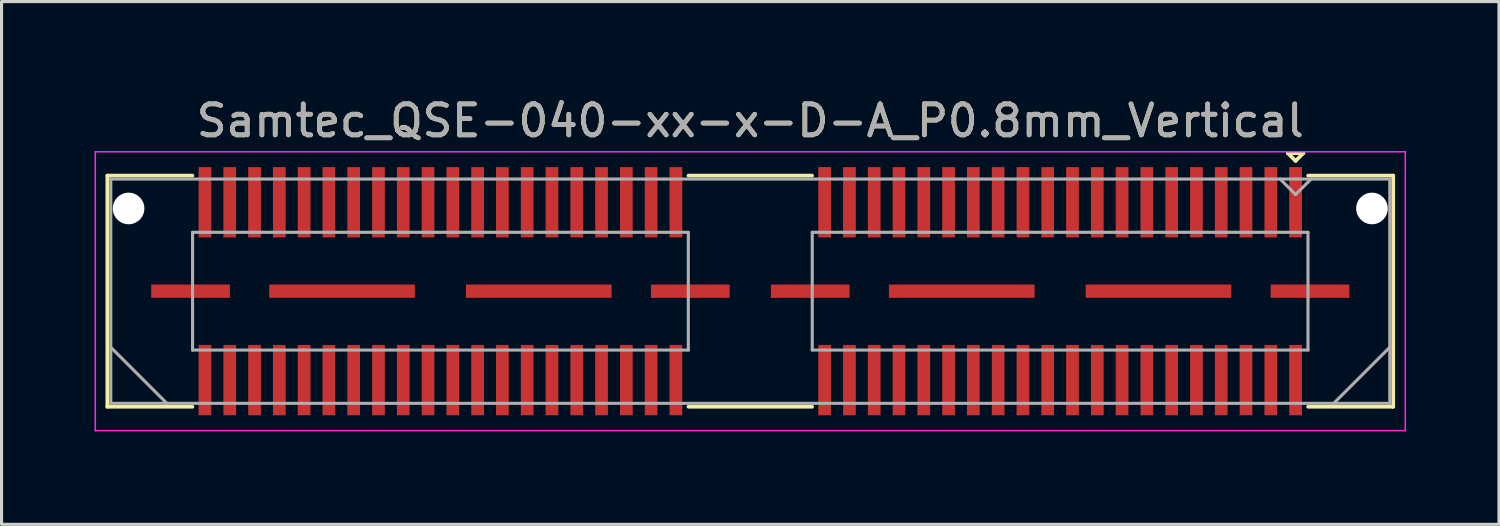
<source format=kicad_pcb>
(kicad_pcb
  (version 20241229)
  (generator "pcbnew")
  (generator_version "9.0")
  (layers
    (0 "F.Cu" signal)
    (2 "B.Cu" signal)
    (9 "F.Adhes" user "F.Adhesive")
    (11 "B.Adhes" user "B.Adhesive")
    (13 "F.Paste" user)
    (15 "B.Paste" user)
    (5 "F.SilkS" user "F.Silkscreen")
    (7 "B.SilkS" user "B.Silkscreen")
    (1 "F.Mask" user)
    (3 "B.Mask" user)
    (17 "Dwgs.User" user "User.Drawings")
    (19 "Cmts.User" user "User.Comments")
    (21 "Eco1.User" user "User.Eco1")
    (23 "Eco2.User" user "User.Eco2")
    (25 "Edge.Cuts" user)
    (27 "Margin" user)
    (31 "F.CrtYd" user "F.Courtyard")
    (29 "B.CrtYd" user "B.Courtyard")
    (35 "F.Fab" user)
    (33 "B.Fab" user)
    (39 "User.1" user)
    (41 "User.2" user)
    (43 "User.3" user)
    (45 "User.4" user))
  (footprint "Samtec_QSE-040-xx-x-D-A_P0.8mm_Vertical"
    (layer "F.Cu")
    (at 21.165 6.348)
    (property "Reference" "Samtec_QSE-040-xx-x-D-A_P0.8mm_Vertical" (at 0 -5.5 0) (layer "F.SilkS") (effects (font (size 1 1) (thickness 0.15))))
    (attr smd)
    (fp_line (start -20.75 -3.73) (end -18.005 -3.73) (stroke (width 0.12) (type solid)) (layer "F.SilkS"))
    (fp_line (start -20.75 3.73) (end -20.75 -3.73) (stroke (width 0.12) (type solid)) (layer "F.SilkS"))
    (fp_line (start -18.005 3.73) (end -20.75 3.73) (stroke (width 0.12) (type solid)) (layer "F.SilkS"))
    (fp_line (start 1.995 -3.73) (end -1.995 -3.73) (stroke (width 0.12) (type solid)) (layer "F.SilkS"))
    (fp_line (start 1.995 3.73) (end -1.995 3.73) (stroke (width 0.12) (type solid)) (layer "F.SilkS"))
    (fp_line (start 17.35 -4.455) (end 17.85 -4.455) (stroke (width 0.12) (type solid)) (layer "F.SilkS"))
    (fp_line (start 17.6 -4.205) (end 17.35 -4.455) (stroke (width 0.12) (type solid)) (layer "F.SilkS"))
    (fp_line (start 17.85 -4.455) (end 17.6 -4.205) (stroke (width 0.12) (type solid)) (layer "F.SilkS"))
    (fp_line (start 18.005 3.73) (end 20.75 3.73) (stroke (width 0.12) (type solid)) (layer "F.SilkS"))
    (fp_line (start 20.75 -3.73) (end 18.005 -3.73) (stroke (width 0.12) (type solid)) (layer "F.SilkS"))
    (fp_line (start 20.75 3.73) (end 20.75 -3.73) (stroke (width 0.12) (type solid)) (layer "F.SilkS"))
    (fp_line (start -21.14 -4.5) (end -21.14 4.5) (stroke (width 0.05) (type solid)) (layer "F.CrtYd"))
    (fp_line (start -21.14 4.5) (end 21.14 4.5) (stroke (width 0.05) (type solid)) (layer "F.CrtYd"))
    (fp_line (start 21.14 -4.5) (end -21.14 -4.5) (stroke (width 0.05) (type solid)) (layer "F.CrtYd"))
    (fp_line (start 21.14 4.5) (end 21.14 -4.5) (stroke (width 0.05) (type solid)) (layer "F.CrtYd"))
    (fp_line (start -20.64 -3.62) (end -20.64 3.62) (stroke (width 0.1) (type solid)) (layer "F.Fab"))
    (fp_line (start -20.64 1.81) (end -18.83 3.62) (stroke (width 0.1) (type solid)) (layer "F.Fab"))
    (fp_line (start -20.64 3.62) (end 20.64 3.62) (stroke (width 0.1) (type solid)) (layer "F.Fab"))
    (fp_line (start -18 -1.9) (end -18 1.9) (stroke (width 0.1) (type solid)) (layer "F.Fab"))
    (fp_line (start -18 1.9) (end -2 1.9) (stroke (width 0.1) (type solid)) (layer "F.Fab"))
    (fp_line (start -2 -1.9) (end -18 -1.9) (stroke (width 0.1) (type solid)) (layer "F.Fab"))
    (fp_line (start -2 1.9) (end -2 -1.9) (stroke (width 0.1) (type solid)) (layer "F.Fab"))
    (fp_line (start 2 -1.9) (end 2 1.9) (stroke (width 0.1) (type solid)) (layer "F.Fab"))
    (fp_line (start 2 1.9) (end 18 1.9) (stroke (width 0.1) (type solid)) (layer "F.Fab"))
    (fp_line (start 17.6 -3.12) (end 17.1 -3.62) (stroke (width 0.1) (type solid)) (layer "F.Fab"))
    (fp_line (start 18 -1.9) (end 2 -1.9) (stroke (width 0.1) (type solid)) (layer "F.Fab"))
    (fp_line (start 18 1.9) (end 18 -1.9) (stroke (width 0.1) (type solid)) (layer "F.Fab"))
    (fp_line (start 18.1 -3.62) (end 17.6 -3.12) (stroke (width 0.1) (type solid)) (layer "F.Fab"))
    (fp_line (start 20.64 -3.62) (end -20.64 -3.62) (stroke (width 0.1) (type solid)) (layer "F.Fab"))
    (fp_line (start 20.64 1.81) (end 18.83 3.62) (stroke (width 0.1) (type solid)) (layer "F.Fab"))
    (fp_line (start 20.64 3.62) (end 20.64 -3.62) (stroke (width 0.1) (type solid)) (layer "F.Fab"))
    (fp_text user "${REFERENCE}" (at 0 -5.5 0) (layer "F.Fab") (effects (font (size 1 1) (thickness 0.15))))
    (pad "" np_thru_hole circle (at -20.065 -2.67) (size 1.02 1.02) (drill 1.02) (layers "*.Cu" "*.Mask"))
    (pad "" np_thru_hole circle (at 20.065 -2.67) (size 1.02 1.02) (drill 1.02) (layers "*.Cu" "*.Mask"))
    (pad "1" smd rect (at 17.6 -2.87) (size 0.41 2.27) (layers "F.Cu" "F.Mask" "F.Paste"))
    (pad "2" smd rect (at 17.6 2.87) (size 0.41 2.27) (layers "F.Cu" "F.Mask" "F.Paste"))
    (pad "3" smd rect (at 16.8 -2.87) (size 0.41 2.27) (layers "F.Cu" "F.Mask" "F.Paste"))
    (pad "4" smd rect (at 16.8 2.87) (size 0.41 2.27) (layers "F.Cu" "F.Mask" "F.Paste"))
    (pad "5" smd rect (at 16 -2.87) (size 0.41 2.27) (layers "F.Cu" "F.Mask" "F.Paste"))
    (pad "6" smd rect (at 16 2.87) (size 0.41 2.27) (layers "F.Cu" "F.Mask" "F.Paste"))
    (pad "7" smd rect (at 15.2 -2.87) (size 0.41 2.27) (layers "F.Cu" "F.Mask" "F.Paste"))
    (pad "8" smd rect (at 15.2 2.87) (size 0.41 2.27) (layers "F.Cu" "F.Mask" "F.Paste"))
    (pad "9" smd rect (at 14.4 -2.87) (size 0.41 2.27) (layers "F.Cu" "F.Mask" "F.Paste"))
    (pad "10" smd rect (at 14.4 2.87) (size 0.41 2.27) (layers "F.Cu" "F.Mask" "F.Paste"))
    (pad "11" smd rect (at 13.6 -2.87) (size 0.41 2.27) (layers "F.Cu" "F.Mask" "F.Paste"))
    (pad "12" smd rect (at 13.6 2.87) (size 0.41 2.27) (layers "F.Cu" "F.Mask" "F.Paste"))
    (pad "13" smd rect (at 12.8 -2.87) (size 0.41 2.27) (layers "F.Cu" "F.Mask" "F.Paste"))
    (pad "14" smd rect (at 12.8 2.87) (size 0.41 2.27) (layers "F.Cu" "F.Mask" "F.Paste"))
    (pad "15" smd rect (at 12 -2.87) (size 0.41 2.27) (layers "F.Cu" "F.Mask" "F.Paste"))
    (pad "16" smd rect (at 12 2.87) (size 0.41 2.27) (layers "F.Cu" "F.Mask" "F.Paste"))
    (pad "17" smd rect (at 11.2 -2.87) (size 0.41 2.27) (layers "F.Cu" "F.Mask" "F.Paste"))
    (pad "18" smd rect (at 11.2 2.87) (size 0.41 2.27) (layers "F.Cu" "F.Mask" "F.Paste"))
    (pad "19" smd rect (at 10.4 -2.87) (size 0.41 2.27) (layers "F.Cu" "F.Mask" "F.Paste"))
    (pad "20" smd rect (at 10.4 2.87) (size 0.41 2.27) (layers "F.Cu" "F.Mask" "F.Paste"))
    (pad "21" smd rect (at 9.6 -2.87) (size 0.41 2.27) (layers "F.Cu" "F.Mask" "F.Paste"))
    (pad "22" smd rect (at 9.6 2.87) (size 0.41 2.27) (layers "F.Cu" "F.Mask" "F.Paste"))
    (pad "23" smd rect (at 8.8 -2.87) (size 0.41 2.27) (layers "F.Cu" "F.Mask" "F.Paste"))
    (pad "24" smd rect (at 8.8 2.87) (size 0.41 2.27) (layers "F.Cu" "F.Mask" "F.Paste"))
    (pad "25" smd rect (at 8 -2.87) (size 0.41 2.27) (layers "F.Cu" "F.Mask" "F.Paste"))
    (pad "26" smd rect (at 8 2.87) (size 0.41 2.27) (layers "F.Cu" "F.Mask" "F.Paste"))
    (pad "27" smd rect (at 7.2 -2.87) (size 0.41 2.27) (layers "F.Cu" "F.Mask" "F.Paste"))
    (pad "28" smd rect (at 7.2 2.87) (size 0.41 2.27) (layers "F.Cu" "F.Mask" "F.Paste"))
    (pad "29" smd rect (at 6.4 -2.87) (size 0.41 2.27) (layers "F.Cu" "F.Mask" "F.Paste"))
    (pad "30" smd rect (at 6.4 2.87) (size 0.41 2.27) (layers "F.Cu" "F.Mask" "F.Paste"))
    (pad "31" smd rect (at 5.6 -2.87) (size 0.41 2.27) (layers "F.Cu" "F.Mask" "F.Paste"))
    (pad "32" smd rect (at 5.6 2.87) (size 0.41 2.27) (layers "F.Cu" "F.Mask" "F.Paste"))
    (pad "33" smd rect (at 4.8 -2.87) (size 0.41 2.27) (layers "F.Cu" "F.Mask" "F.Paste"))
    (pad "34" smd rect (at 4.8 2.87) (size 0.41 2.27) (layers "F.Cu" "F.Mask" "F.Paste"))
    (pad "35" smd rect (at 4 -2.87) (size 0.41 2.27) (layers "F.Cu" "F.Mask" "F.Paste"))
    (pad "36" smd rect (at 4 2.87) (size 0.41 2.27) (layers "F.Cu" "F.Mask" "F.Paste"))
    (pad "37" smd rect (at 3.2 -2.87) (size 0.41 2.27) (layers "F.Cu" "F.Mask" "F.Paste"))
    (pad "38" smd rect (at 3.2 2.87) (size 0.41 2.27) (layers "F.Cu" "F.Mask" "F.Paste"))
    (pad "39" smd rect (at 2.4 -2.87) (size 0.41 2.27) (layers "F.Cu" "F.Mask" "F.Paste"))
    (pad "40" smd rect (at 2.4 2.87) (size 0.41 2.27) (layers "F.Cu" "F.Mask" "F.Paste"))
    (pad "41" smd rect (at -2.4 -2.87) (size 0.41 2.27) (layers "F.Cu" "F.Mask" "F.Paste"))
    (pad "42" smd rect (at -2.4 2.87) (size 0.41 2.27) (layers "F.Cu" "F.Mask" "F.Paste"))
    (pad "43" smd rect (at -3.2 -2.87) (size 0.41 2.27) (layers "F.Cu" "F.Mask" "F.Paste"))
    (pad "44" smd rect (at -3.2 2.87) (size 0.41 2.27) (layers "F.Cu" "F.Mask" "F.Paste"))
    (pad "45" smd rect (at -4 -2.87) (size 0.41 2.27) (layers "F.Cu" "F.Mask" "F.Paste"))
    (pad "46" smd rect (at -4 2.87) (size 0.41 2.27) (layers "F.Cu" "F.Mask" "F.Paste"))
    (pad "47" smd rect (at -4.8 -2.87) (size 0.41 2.27) (layers "F.Cu" "F.Mask" "F.Paste"))
    (pad "48" smd rect (at -4.8 2.87) (size 0.41 2.27) (layers "F.Cu" "F.Mask" "F.Paste"))
    (pad "49" smd rect (at -5.6 -2.87) (size 0.41 2.27) (layers "F.Cu" "F.Mask" "F.Paste"))
    (pad "50" smd rect (at -5.6 2.87) (size 0.41 2.27) (layers "F.Cu" "F.Mask" "F.Paste"))
    (pad "51" smd rect (at -6.4 -2.87) (size 0.41 2.27) (layers "F.Cu" "F.Mask" "F.Paste"))
    (pad "52" smd rect (at -6.4 2.87) (size 0.41 2.27) (layers "F.Cu" "F.Mask" "F.Paste"))
    (pad "53" smd rect (at -7.2 -2.87) (size 0.41 2.27) (layers "F.Cu" "F.Mask" "F.Paste"))
    (pad "54" smd rect (at -7.2 2.87) (size 0.41 2.27) (layers "F.Cu" "F.Mask" "F.Paste"))
    (pad "55" smd rect (at -8 -2.87) (size 0.41 2.27) (layers "F.Cu" "F.Mask" "F.Paste"))
    (pad "56" smd rect (at -8 2.87) (size 0.41 2.27) (layers "F.Cu" "F.Mask" "F.Paste"))
    (pad "57" smd rect (at -8.8 -2.87) (size 0.41 2.27) (layers "F.Cu" "F.Mask" "F.Paste"))
    (pad "58" smd rect (at -8.8 2.87) (size 0.41 2.27) (layers "F.Cu" "F.Mask" "F.Paste"))
    (pad "59" smd rect (at -9.6 -2.87) (size 0.41 2.27) (layers "F.Cu" "F.Mask" "F.Paste"))
    (pad "60" smd rect (at -9.6 2.87) (size 0.41 2.27) (layers "F.Cu" "F.Mask" "F.Paste"))
    (pad "61" smd rect (at -10.4 -2.87) (size 0.41 2.27) (layers "F.Cu" "F.Mask" "F.Paste"))
    (pad "62" smd rect (at -10.4 2.87) (size 0.41 2.27) (layers "F.Cu" "F.Mask" "F.Paste"))
    (pad "63" smd rect (at -11.2 -2.87) (size 0.41 2.27) (layers "F.Cu" "F.Mask" "F.Paste"))
    (pad "64" smd rect (at -11.2 2.87) (size 0.41 2.27) (layers "F.Cu" "F.Mask" "F.Paste"))
    (pad "65" smd rect (at -12 -2.87) (size 0.41 2.27) (layers "F.Cu" "F.Mask" "F.Paste"))
    (pad "66" smd rect (at -12 2.87) (size 0.41 2.27) (layers "F.Cu" "F.Mask" "F.Paste"))
    (pad "67" smd rect (at -12.8 -2.87) (size 0.41 2.27) (layers "F.Cu" "F.Mask" "F.Paste"))
    (pad "68" smd rect (at -12.8 2.87) (size 0.41 2.27) (layers "F.Cu" "F.Mask" "F.Paste"))
    (pad "69" smd rect (at -13.6 -2.87) (size 0.41 2.27) (layers "F.Cu" "F.Mask" "F.Paste"))
    (pad "70" smd rect (at -13.6 2.87) (size 0.41 2.27) (layers "F.Cu" "F.Mask" "F.Paste"))
    (pad "71" smd rect (at -14.4 -2.87) (size 0.41 2.27) (layers "F.Cu" "F.Mask" "F.Paste"))
    (pad "72" smd rect (at -14.4 2.87) (size 0.41 2.27) (layers "F.Cu" "F.Mask" "F.Paste"))
    (pad "73" smd rect (at -15.2 -2.87) (size 0.41 2.27) (layers "F.Cu" "F.Mask" "F.Paste"))
    (pad "74" smd rect (at -15.2 2.87) (size 0.41 2.27) (layers "F.Cu" "F.Mask" "F.Paste"))
    (pad "75" smd rect (at -16 -2.87) (size 0.41 2.27) (layers "F.Cu" "F.Mask" "F.Paste"))
    (pad "76" smd rect (at -16 2.87) (size 0.41 2.27) (layers "F.Cu" "F.Mask" "F.Paste"))
    (pad "77" smd rect (at -16.8 -2.87) (size 0.41 2.27) (layers "F.Cu" "F.Mask" "F.Paste"))
    (pad "78" smd rect (at -16.8 2.87) (size 0.41 2.27) (layers "F.Cu" "F.Mask" "F.Paste"))
    (pad "79" smd rect (at -17.6 -2.87) (size 0.41 2.27) (layers "F.Cu" "F.Mask" "F.Paste"))
    (pad "80" smd rect (at -17.6 2.87) (size 0.41 2.27) (layers "F.Cu" "F.Mask" "F.Paste"))
    (pad "P1" smd rect (at 1.935 0) (size 2.54 0.43) (layers "F.Cu" "F.Mask" "F.Paste"))
    (pad "P1" smd rect (at 6.825 0) (size 4.7 0.43) (layers "F.Cu" "F.Mask" "F.Paste"))
    (pad "P1" smd rect (at 13.175 0) (size 4.7 0.43) (layers "F.Cu" "F.Mask" "F.Paste"))
    (pad "P1" smd rect (at 18.065 0) (size 2.54 0.43) (layers "F.Cu" "F.Mask" "F.Paste"))
    (pad "P2" smd rect (at -18.065 0) (size 2.54 0.43) (layers "F.Cu" "F.Mask" "F.Paste"))
    (pad "P2" smd rect (at -13.175 0) (size 4.7 0.43) (layers "F.Cu" "F.Mask" "F.Paste"))
    (pad "P2" smd rect (at -6.825 0) (size 4.7 0.43) (layers "F.Cu" "F.Mask" "F.Paste"))
    (pad "P2" smd rect (at -1.935 0) (size 2.54 0.43) (layers "F.Cu" "F.Mask" "F.Paste")))
  (gr_rect
    (start -3 -3)
    (end 45.33 13.873)
    (stroke (width 0.1) (type default))
    (fill no)
    (layer "Edge.Cuts")))
</source>
